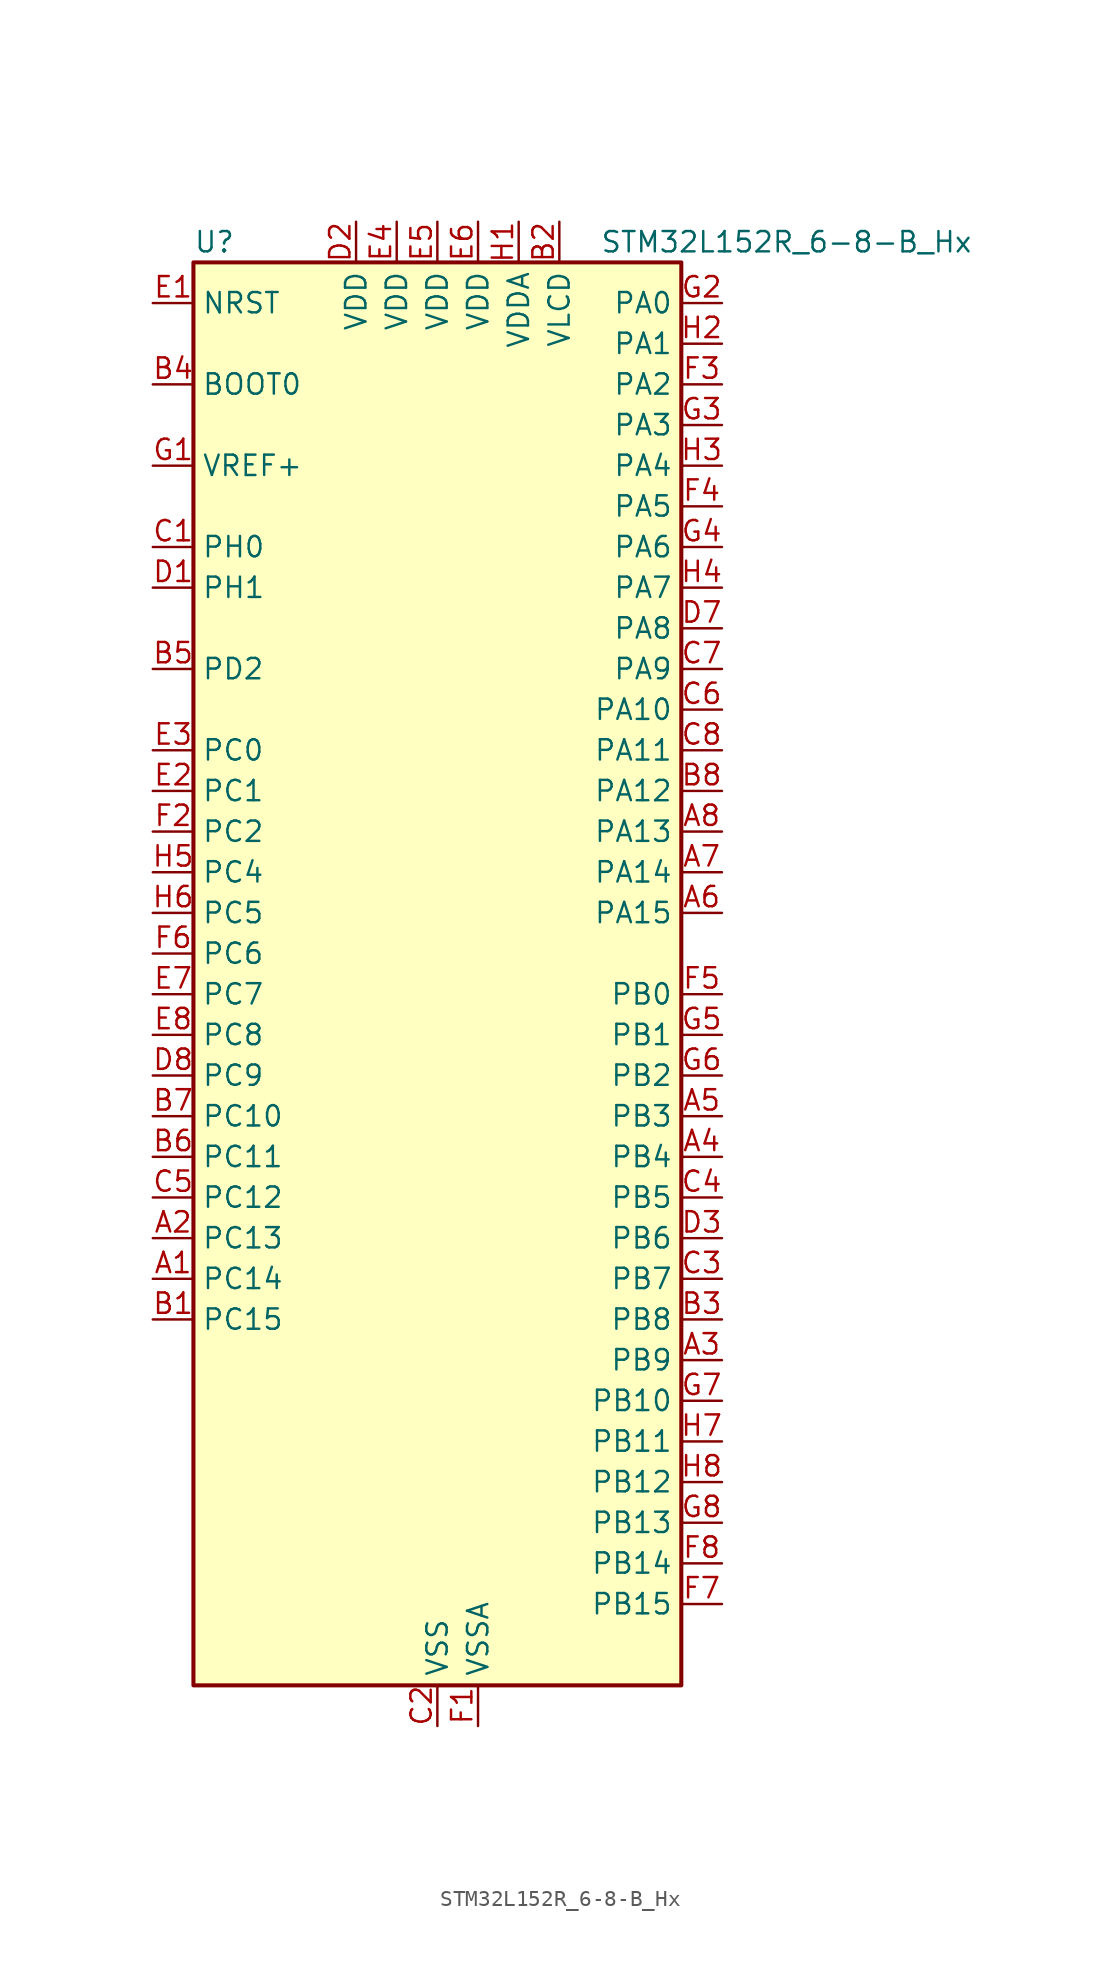
<source format=kicad_sym>
(kicad_symbol_lib
  (version 20231120)
  (generator "kicad-library-utils")
  (generator_version "8.0")
  (symbol "STM32L152R_6-8-B_Hx"
    (property "Reference" "U"
      (at -15.24 46.99 0)
      (effects (font (size 1.27 1.27)) (justify left)))
    (property "Value" "STM32L152R_6-8-B_Hx"
      (at 10.16 46.99 0)
      (effects (font (size 1.27 1.27)) (justify left)))
    (symbol "STM32L152R_6-8-B_Hx_0_1"
      (rectangle (start -15.24 -43.18) (end 15.24 45.72) (stroke (width 0.254) (type default)) (fill (type background))))
    (symbol "STM32L152R_6-8-B_Hx_1_1"
      (pin bidirectional line (at -17.78 -17.78 0) (length 2.54) (name "PC14" (effects (font (size 1.27 1.27)))) (number "A1" (effects (font (size 1.27 1.27)))) (alternate "RCC_OSC32_IN" bidirectional line) (alternate "TIMX_IC3" bidirectional line))
      (pin bidirectional line (at -17.78 -15.24 0) (length 2.54) (name "PC13" (effects (font (size 1.27 1.27)))) (number "A2" (effects (font (size 1.27 1.27)))) (alternate "RTC_OUT_ALARM" bidirectional line) (alternate "RTC_OUT_CALIB" bidirectional line) (alternate "RTC_TAMP1" bidirectional line) (alternate "RTC_TS" bidirectional line) (alternate "SYS_WKUP2" bidirectional line) (alternate "TIMX_IC2" bidirectional line))
      (pin bidirectional line (at 17.78 -22.86 180) (length 2.54) (name "PB9" (effects (font (size 1.27 1.27)))) (number "A3" (effects (font (size 1.27 1.27)))) (alternate "DAC_EXTI9" bidirectional line) (alternate "I2C1_SDA" bidirectional line) (alternate "LCD_COM3" bidirectional line) (alternate "TIM11_CH1" bidirectional line) (alternate "TIM4_CH4" bidirectional line))
      (pin bidirectional line (at 17.78 -10.16 180) (length 2.54) (name "PB4" (effects (font (size 1.27 1.27)))) (number "A4" (effects (font (size 1.27 1.27)))) (alternate "COMP2_INP" bidirectional line) (alternate "LCD_SEG8" bidirectional line) (alternate "SPI1_MISO" bidirectional line) (alternate "SYS_JTRST" bidirectional line) (alternate "TIM3_CH1" bidirectional line) (alternate "TS_G6_IO1" bidirectional line))
      (pin bidirectional line (at 17.78 -7.62 180) (length 2.54) (name "PB3" (effects (font (size 1.27 1.27)))) (number "A5" (effects (font (size 1.27 1.27)))) (alternate "COMP2_INM" bidirectional line) (alternate "LCD_SEG7" bidirectional line) (alternate "SPI1_SCK" bidirectional line) (alternate "SYS_JTDO-TRACESWO" bidirectional line) (alternate "TIM2_CH2" bidirectional line))
      (pin bidirectional line (at 17.78 5.08 180) (length 2.54) (name "PA15" (effects (font (size 1.27 1.27)))) (number "A6" (effects (font (size 1.27 1.27)))) (alternate "ADC_EXTI15" bidirectional line) (alternate "LCD_SEG17" bidirectional line) (alternate "SPI1_NSS" bidirectional line) (alternate "SYS_JTDI" bidirectional line) (alternate "TIM2_CH1" bidirectional line) (alternate "TIM2_ETR" bidirectional line) (alternate "TIMX_IC4" bidirectional line) (alternate "TS_G5_IO3" bidirectional line))
      (pin bidirectional line (at 17.78 7.62 180) (length 2.54) (name "PA14" (effects (font (size 1.27 1.27)))) (number "A7" (effects (font (size 1.27 1.27)))) (alternate "SYS_JTCK-SWCLK" bidirectional line) (alternate "TIMX_IC3" bidirectional line) (alternate "TS_G5_IO2" bidirectional line))
      (pin bidirectional line (at 17.78 10.16 180) (length 2.54) (name "PA13" (effects (font (size 1.27 1.27)))) (number "A8" (effects (font (size 1.27 1.27)))) (alternate "SYS_JTMS-SWDIO" bidirectional line) (alternate "TIMX_IC2" bidirectional line) (alternate "TS_G5_IO1" bidirectional line))
      (pin bidirectional line (at -17.78 -20.32 0) (length 2.54) (name "PC15" (effects (font (size 1.27 1.27)))) (number "B1" (effects (font (size 1.27 1.27)))) (alternate "ADC_EXTI15" bidirectional line) (alternate "RCC_OSC32_OUT" bidirectional line) (alternate "TIMX_IC4" bidirectional line))
      (pin power_in line (at 7.62 48.26 270) (length 2.54) (name "VLCD" (effects (font (size 1.27 1.27)))) (number "B2" (effects (font (size 1.27 1.27)))))
      (pin bidirectional line (at 17.78 -20.32 180) (length 2.54) (name "PB8" (effects (font (size 1.27 1.27)))) (number "B3" (effects (font (size 1.27 1.27)))) (alternate "I2C1_SCL" bidirectional line) (alternate "LCD_SEG16" bidirectional line) (alternate "TIM10_CH1" bidirectional line) (alternate "TIM4_CH3" bidirectional line))
      (pin input line (at -17.78 38.1 0) (length 2.54) (name "BOOT0" (effects (font (size 1.27 1.27)))) (number "B4" (effects (font (size 1.27 1.27)))))
      (pin bidirectional line (at -17.78 20.32 0) (length 2.54) (name "PD2" (effects (font (size 1.27 1.27)))) (number "B5" (effects (font (size 1.27 1.27)))) (alternate "LCD_COM7" bidirectional line) (alternate "LCD_SEG31" bidirectional line) (alternate "TIM3_ETR" bidirectional line) (alternate "TIMX_IC3" bidirectional line))
      (pin bidirectional line (at -17.78 -10.16 0) (length 2.54) (name "PC11" (effects (font (size 1.27 1.27)))) (number "B6" (effects (font (size 1.27 1.27)))) (alternate "ADC_EXTI11" bidirectional line) (alternate "LCD_COM5" bidirectional line) (alternate "LCD_SEG29" bidirectional line) (alternate "TIMX_IC4" bidirectional line) (alternate "USART3_RX" bidirectional line))
      (pin bidirectional line (at -17.78 -7.62 0) (length 2.54) (name "PC10" (effects (font (size 1.27 1.27)))) (number "B7" (effects (font (size 1.27 1.27)))) (alternate "LCD_COM4" bidirectional line) (alternate "LCD_SEG28" bidirectional line) (alternate "TIMX_IC3" bidirectional line) (alternate "USART3_TX" bidirectional line))
      (pin bidirectional line (at 17.78 12.7 180) (length 2.54) (name "PA12" (effects (font (size 1.27 1.27)))) (number "B8" (effects (font (size 1.27 1.27)))) (alternate "SPI1_MOSI" bidirectional line) (alternate "TIMX_IC1" bidirectional line) (alternate "USART1_RTS" bidirectional line) (alternate "USB_DP" bidirectional line))
      (pin bidirectional line (at -17.78 27.94 0) (length 2.54) (name "PH0" (effects (font (size 1.27 1.27)))) (number "C1" (effects (font (size 1.27 1.27)))) (alternate "RCC_OSC_IN" bidirectional line))
      (pin power_in line (at 0 -45.72 90) (length 2.54) (name "VSS" (effects (font (size 1.27 1.27)))) (number "C2" (effects (font (size 1.27 1.27)))))
      (pin bidirectional line (at 17.78 -17.78 180) (length 2.54) (name "PB7" (effects (font (size 1.27 1.27)))) (number "C3" (effects (font (size 1.27 1.27)))) (alternate "I2C1_SDA" bidirectional line) (alternate "SYS_PVD_IN" bidirectional line) (alternate "TIM4_CH2" bidirectional line) (alternate "USART1_RX" bidirectional line))
      (pin bidirectional line (at 17.78 -12.7 180) (length 2.54) (name "PB5" (effects (font (size 1.27 1.27)))) (number "C4" (effects (font (size 1.27 1.27)))) (alternate "COMP2_INP" bidirectional line) (alternate "I2C1_SMBA" bidirectional line) (alternate "LCD_SEG9" bidirectional line) (alternate "SPI1_MOSI" bidirectional line) (alternate "TIM3_CH2" bidirectional line) (alternate "TS_G6_IO2" bidirectional line))
      (pin bidirectional line (at -17.78 -12.7 0) (length 2.54) (name "PC12" (effects (font (size 1.27 1.27)))) (number "C5" (effects (font (size 1.27 1.27)))) (alternate "LCD_COM6" bidirectional line) (alternate "LCD_SEG30" bidirectional line) (alternate "TIMX_IC1" bidirectional line) (alternate "USART3_CK" bidirectional line))
      (pin bidirectional line (at 17.78 17.78 180) (length 2.54) (name "PA10" (effects (font (size 1.27 1.27)))) (number "C6" (effects (font (size 1.27 1.27)))) (alternate "LCD_COM2" bidirectional line) (alternate "TIMX_IC3" bidirectional line) (alternate "TS_G4_IO3" bidirectional line) (alternate "USART1_RX" bidirectional line))
      (pin bidirectional line (at 17.78 20.32 180) (length 2.54) (name "PA9" (effects (font (size 1.27 1.27)))) (number "C7" (effects (font (size 1.27 1.27)))) (alternate "DAC_EXTI9" bidirectional line) (alternate "LCD_COM1" bidirectional line) (alternate "TIMX_IC2" bidirectional line) (alternate "TS_G4_IO2" bidirectional line) (alternate "USART1_TX" bidirectional line))
      (pin bidirectional line (at 17.78 15.24 180) (length 2.54) (name "PA11" (effects (font (size 1.27 1.27)))) (number "C8" (effects (font (size 1.27 1.27)))) (alternate "ADC_EXTI11" bidirectional line) (alternate "SPI1_MISO" bidirectional line) (alternate "TIMX_IC4" bidirectional line) (alternate "USART1_CTS" bidirectional line) (alternate "USB_DM" bidirectional line))
      (pin bidirectional line (at -17.78 25.4 0) (length 2.54) (name "PH1" (effects (font (size 1.27 1.27)))) (number "D1" (effects (font (size 1.27 1.27)))) (alternate "RCC_OSC_OUT" bidirectional line))
      (pin power_in line (at -5.08 48.26 270) (length 2.54) (name "VDD" (effects (font (size 1.27 1.27)))) (number "D2" (effects (font (size 1.27 1.27)))))
      (pin bidirectional line (at 17.78 -15.24 180) (length 2.54) (name "PB6" (effects (font (size 1.27 1.27)))) (number "D3" (effects (font (size 1.27 1.27)))) (alternate "I2C1_SCL" bidirectional line) (alternate "TIM4_CH1" bidirectional line) (alternate "USART1_TX" bidirectional line))
      (pin passive line (at 0 -45.72 90) (length 2.54) hide (name "VSS" (effects (font (size 1.27 1.27)))) (number "D4" (effects (font (size 1.27 1.27)))))
      (pin passive line (at 0 -45.72 90) (length 2.54) hide (name "VSS" (effects (font (size 1.27 1.27)))) (number "D5" (effects (font (size 1.27 1.27)))))
      (pin passive line (at 0 -45.72 90) (length 2.54) hide (name "VSS" (effects (font (size 1.27 1.27)))) (number "D6" (effects (font (size 1.27 1.27)))))
      (pin bidirectional line (at 17.78 22.86 180) (length 2.54) (name "PA8" (effects (font (size 1.27 1.27)))) (number "D7" (effects (font (size 1.27 1.27)))) (alternate "LCD_COM0" bidirectional line) (alternate "RCC_MCO" bidirectional line) (alternate "TIMX_IC1" bidirectional line) (alternate "TS_G4_IO1" bidirectional line) (alternate "USART1_CK" bidirectional line))
      (pin bidirectional line (at -17.78 -5.08 0) (length 2.54) (name "PC9" (effects (font (size 1.27 1.27)))) (number "D8" (effects (font (size 1.27 1.27)))) (alternate "DAC_EXTI9" bidirectional line) (alternate "LCD_SEG27" bidirectional line) (alternate "TIM3_CH4" bidirectional line) (alternate "TIMX_IC2" bidirectional line) (alternate "TS_G10_IO4" bidirectional line))
      (pin input line (at -17.78 43.18 0) (length 2.54) (name "NRST" (effects (font (size 1.27 1.27)))) (number "E1" (effects (font (size 1.27 1.27)))))
      (pin bidirectional line (at -17.78 12.7 0) (length 2.54) (name "PC1" (effects (font (size 1.27 1.27)))) (number "E2" (effects (font (size 1.27 1.27)))) (alternate "ADC_IN11" bidirectional line) (alternate "COMP1_INP" bidirectional line) (alternate "LCD_SEG19" bidirectional line) (alternate "TIMX_IC2" bidirectional line) (alternate "TS_G8_IO2" bidirectional line))
      (pin bidirectional line (at -17.78 15.24 0) (length 2.54) (name "PC0" (effects (font (size 1.27 1.27)))) (number "E3" (effects (font (size 1.27 1.27)))) (alternate "ADC_IN10" bidirectional line) (alternate "COMP1_INP" bidirectional line) (alternate "LCD_SEG18" bidirectional line) (alternate "TIMX_IC1" bidirectional line) (alternate "TS_G8_IO1" bidirectional line))
      (pin power_in line (at -2.54 48.26 270) (length 2.54) (name "VDD" (effects (font (size 1.27 1.27)))) (number "E4" (effects (font (size 1.27 1.27)))))
      (pin power_in line (at 0 48.26 270) (length 2.54) (name "VDD" (effects (font (size 1.27 1.27)))) (number "E5" (effects (font (size 1.27 1.27)))))
      (pin power_in line (at 2.54 48.26 270) (length 2.54) (name "VDD" (effects (font (size 1.27 1.27)))) (number "E6" (effects (font (size 1.27 1.27)))))
      (pin bidirectional line (at -17.78 0 0) (length 2.54) (name "PC7" (effects (font (size 1.27 1.27)))) (number "E7" (effects (font (size 1.27 1.27)))) (alternate "LCD_SEG25" bidirectional line) (alternate "TIM3_CH2" bidirectional line) (alternate "TIMX_IC4" bidirectional line) (alternate "TS_G10_IO2" bidirectional line))
      (pin bidirectional line (at -17.78 -2.54 0) (length 2.54) (name "PC8" (effects (font (size 1.27 1.27)))) (number "E8" (effects (font (size 1.27 1.27)))) (alternate "LCD_SEG26" bidirectional line) (alternate "TIM3_CH3" bidirectional line) (alternate "TIMX_IC1" bidirectional line) (alternate "TS_G10_IO3" bidirectional line))
      (pin power_in line (at 2.54 -45.72 90) (length 2.54) (name "VSSA" (effects (font (size 1.27 1.27)))) (number "F1" (effects (font (size 1.27 1.27)))))
      (pin bidirectional line (at -17.78 10.16 0) (length 2.54) (name "PC2" (effects (font (size 1.27 1.27)))) (number "F2" (effects (font (size 1.27 1.27)))) (alternate "ADC_IN12" bidirectional line) (alternate "COMP1_INP" bidirectional line) (alternate "LCD_SEG20" bidirectional line) (alternate "TIMX_IC3" bidirectional line) (alternate "TS_G8_IO3" bidirectional line))
      (pin bidirectional line (at 17.78 38.1 180) (length 2.54) (name "PA2" (effects (font (size 1.27 1.27)))) (number "F3" (effects (font (size 1.27 1.27)))) (alternate "ADC_IN2" bidirectional line) (alternate "COMP1_INP" bidirectional line) (alternate "LCD_SEG1" bidirectional line) (alternate "TIM2_CH3" bidirectional line) (alternate "TIM9_CH1" bidirectional line) (alternate "TIMX_IC3" bidirectional line) (alternate "TS_G1_IO3" bidirectional line) (alternate "USART2_TX" bidirectional line))
      (pin bidirectional line (at 17.78 30.48 180) (length 2.54) (name "PA5" (effects (font (size 1.27 1.27)))) (number "F4" (effects (font (size 1.27 1.27)))) (alternate "ADC_IN5" bidirectional line) (alternate "COMP1_INP" bidirectional line) (alternate "DAC_OUT2" bidirectional line) (alternate "SPI1_SCK" bidirectional line) (alternate "TIM2_CH1" bidirectional line) (alternate "TIM2_ETR" bidirectional line) (alternate "TIMX_IC2" bidirectional line))
      (pin bidirectional line (at 17.78 0 180) (length 2.54) (name "PB0" (effects (font (size 1.27 1.27)))) (number "F5" (effects (font (size 1.27 1.27)))) (alternate "ADC_IN8" bidirectional line) (alternate "COMP1_INP" bidirectional line) (alternate "LCD_SEG5" bidirectional line) (alternate "SYS_V_REF_OUT" bidirectional line) (alternate "TIM3_CH3" bidirectional line) (alternate "TS_G3_IO1" bidirectional line))
      (pin bidirectional line (at -17.78 2.54 0) (length 2.54) (name "PC6" (effects (font (size 1.27 1.27)))) (number "F6" (effects (font (size 1.27 1.27)))) (alternate "LCD_SEG24" bidirectional line) (alternate "TIM3_CH1" bidirectional line) (alternate "TIMX_IC3" bidirectional line) (alternate "TS_G10_IO1" bidirectional line))
      (pin bidirectional line (at 17.78 -38.1 180) (length 2.54) (name "PB15" (effects (font (size 1.27 1.27)))) (number "F7" (effects (font (size 1.27 1.27)))) (alternate "ADC_EXTI15" bidirectional line) (alternate "ADC_IN21" bidirectional line) (alternate "COMP1_INP" bidirectional line) (alternate "LCD_SEG15" bidirectional line) (alternate "RTC_REFIN" bidirectional line) (alternate "SPI2_MOSI" bidirectional line) (alternate "TIM11_CH1" bidirectional line) (alternate "TS_G7_IO4" bidirectional line))
      (pin bidirectional line (at 17.78 -35.56 180) (length 2.54) (name "PB14" (effects (font (size 1.27 1.27)))) (number "F8" (effects (font (size 1.27 1.27)))) (alternate "ADC_IN20" bidirectional line) (alternate "COMP1_INP" bidirectional line) (alternate "LCD_SEG14" bidirectional line) (alternate "SPI2_MISO" bidirectional line) (alternate "TIM9_CH2" bidirectional line) (alternate "TS_G7_IO3" bidirectional line) (alternate "USART3_RTS" bidirectional line))
      (pin input line (at -17.78 33.02 0) (length 2.54) (name "VREF+" (effects (font (size 1.27 1.27)))) (number "G1" (effects (font (size 1.27 1.27)))))
      (pin bidirectional line (at 17.78 43.18 180) (length 2.54) (name "PA0" (effects (font (size 1.27 1.27)))) (number "G2" (effects (font (size 1.27 1.27)))) (alternate "ADC_IN0" bidirectional line) (alternate "COMP1_INP" bidirectional line) (alternate "SYS_WKUP1" bidirectional line) (alternate "TIM2_CH1" bidirectional line) (alternate "TIM2_ETR" bidirectional line) (alternate "TIMX_IC1" bidirectional line) (alternate "TS_G1_IO1" bidirectional line) (alternate "USART2_CTS" bidirectional line))
      (pin bidirectional line (at 17.78 35.56 180) (length 2.54) (name "PA3" (effects (font (size 1.27 1.27)))) (number "G3" (effects (font (size 1.27 1.27)))) (alternate "ADC_IN3" bidirectional line) (alternate "COMP1_INP" bidirectional line) (alternate "LCD_SEG2" bidirectional line) (alternate "TIM2_CH4" bidirectional line) (alternate "TIM9_CH2" bidirectional line) (alternate "TIMX_IC4" bidirectional line) (alternate "TS_G1_IO4" bidirectional line) (alternate "USART2_RX" bidirectional line))
      (pin bidirectional line (at 17.78 27.94 180) (length 2.54) (name "PA6" (effects (font (size 1.27 1.27)))) (number "G4" (effects (font (size 1.27 1.27)))) (alternate "ADC_IN6" bidirectional line) (alternate "COMP1_INP" bidirectional line) (alternate "LCD_SEG3" bidirectional line) (alternate "SPI1_MISO" bidirectional line) (alternate "TIM10_CH1" bidirectional line) (alternate "TIM3_CH1" bidirectional line) (alternate "TIMX_IC3" bidirectional line) (alternate "TS_G2_IO1" bidirectional line))
      (pin bidirectional line (at 17.78 -2.54 180) (length 2.54) (name "PB1" (effects (font (size 1.27 1.27)))) (number "G5" (effects (font (size 1.27 1.27)))) (alternate "ADC_IN9" bidirectional line) (alternate "COMP1_INP" bidirectional line) (alternate "LCD_SEG6" bidirectional line) (alternate "SYS_V_REF_OUT" bidirectional line) (alternate "TIM3_CH4" bidirectional line) (alternate "TS_G3_IO2" bidirectional line))
      (pin bidirectional line (at 17.78 -5.08 180) (length 2.54) (name "PB2" (effects (font (size 1.27 1.27)))) (number "G6" (effects (font (size 1.27 1.27)))))
      (pin bidirectional line (at 17.78 -25.4 180) (length 2.54) (name "PB10" (effects (font (size 1.27 1.27)))) (number "G7" (effects (font (size 1.27 1.27)))) (alternate "I2C2_SCL" bidirectional line) (alternate "LCD_SEG10" bidirectional line) (alternate "TIM2_CH3" bidirectional line) (alternate "USART3_TX" bidirectional line))
      (pin bidirectional line (at 17.78 -33.02 180) (length 2.54) (name "PB13" (effects (font (size 1.27 1.27)))) (number "G8" (effects (font (size 1.27 1.27)))) (alternate "ADC_IN19" bidirectional line) (alternate "COMP1_INP" bidirectional line) (alternate "LCD_SEG13" bidirectional line) (alternate "SPI2_SCK" bidirectional line) (alternate "TIM9_CH1" bidirectional line) (alternate "TS_G7_IO2" bidirectional line) (alternate "USART3_CTS" bidirectional line))
      (pin power_in line (at 5.08 48.26 270) (length 2.54) (name "VDDA" (effects (font (size 1.27 1.27)))) (number "H1" (effects (font (size 1.27 1.27)))))
      (pin bidirectional line (at 17.78 40.64 180) (length 2.54) (name "PA1" (effects (font (size 1.27 1.27)))) (number "H2" (effects (font (size 1.27 1.27)))) (alternate "ADC_IN1" bidirectional line) (alternate "COMP1_INP" bidirectional line) (alternate "LCD_SEG0" bidirectional line) (alternate "TIM2_CH2" bidirectional line) (alternate "TIMX_IC2" bidirectional line) (alternate "TS_G1_IO2" bidirectional line) (alternate "USART2_RTS" bidirectional line))
      (pin bidirectional line (at 17.78 33.02 180) (length 2.54) (name "PA4" (effects (font (size 1.27 1.27)))) (number "H3" (effects (font (size 1.27 1.27)))) (alternate "ADC_IN4" bidirectional line) (alternate "COMP1_INP" bidirectional line) (alternate "DAC_OUT1" bidirectional line) (alternate "SPI1_NSS" bidirectional line) (alternate "TIMX_IC1" bidirectional line) (alternate "USART2_CK" bidirectional line))
      (pin bidirectional line (at 17.78 25.4 180) (length 2.54) (name "PA7" (effects (font (size 1.27 1.27)))) (number "H4" (effects (font (size 1.27 1.27)))) (alternate "ADC_IN7" bidirectional line) (alternate "COMP1_INP" bidirectional line) (alternate "LCD_SEG4" bidirectional line) (alternate "SPI1_MOSI" bidirectional line) (alternate "TIM11_CH1" bidirectional line) (alternate "TIM3_CH2" bidirectional line) (alternate "TIMX_IC4" bidirectional line) (alternate "TS_G2_IO2" bidirectional line))
      (pin bidirectional line (at -17.78 7.62 0) (length 2.54) (name "PC4" (effects (font (size 1.27 1.27)))) (number "H5" (effects (font (size 1.27 1.27)))) (alternate "ADC_IN14" bidirectional line) (alternate "COMP1_INP" bidirectional line) (alternate "LCD_SEG22" bidirectional line) (alternate "TIMX_IC1" bidirectional line) (alternate "TS_G9_IO1" bidirectional line))
      (pin bidirectional line (at -17.78 5.08 0) (length 2.54) (name "PC5" (effects (font (size 1.27 1.27)))) (number "H6" (effects (font (size 1.27 1.27)))) (alternate "ADC_IN15" bidirectional line) (alternate "COMP1_INP" bidirectional line) (alternate "LCD_SEG23" bidirectional line) (alternate "TIMX_IC2" bidirectional line) (alternate "TS_G9_IO2" bidirectional line))
      (pin bidirectional line (at 17.78 -27.94 180) (length 2.54) (name "PB11" (effects (font (size 1.27 1.27)))) (number "H7" (effects (font (size 1.27 1.27)))) (alternate "ADC_EXTI11" bidirectional line) (alternate "I2C2_SDA" bidirectional line) (alternate "LCD_SEG11" bidirectional line) (alternate "TIM2_CH4" bidirectional line) (alternate "USART3_RX" bidirectional line))
      (pin bidirectional line (at 17.78 -30.48 180) (length 2.54) (name "PB12" (effects (font (size 1.27 1.27)))) (number "H8" (effects (font (size 1.27 1.27)))) (alternate "ADC_IN18" bidirectional line) (alternate "COMP1_INP" bidirectional line) (alternate "I2C2_SMBA" bidirectional line) (alternate "LCD_SEG12" bidirectional line) (alternate "SPI2_NSS" bidirectional line) (alternate "TIM10_CH1" bidirectional line) (alternate "TS_G7_IO1" bidirectional line) (alternate "USART3_CK" bidirectional line)))))
</source>
